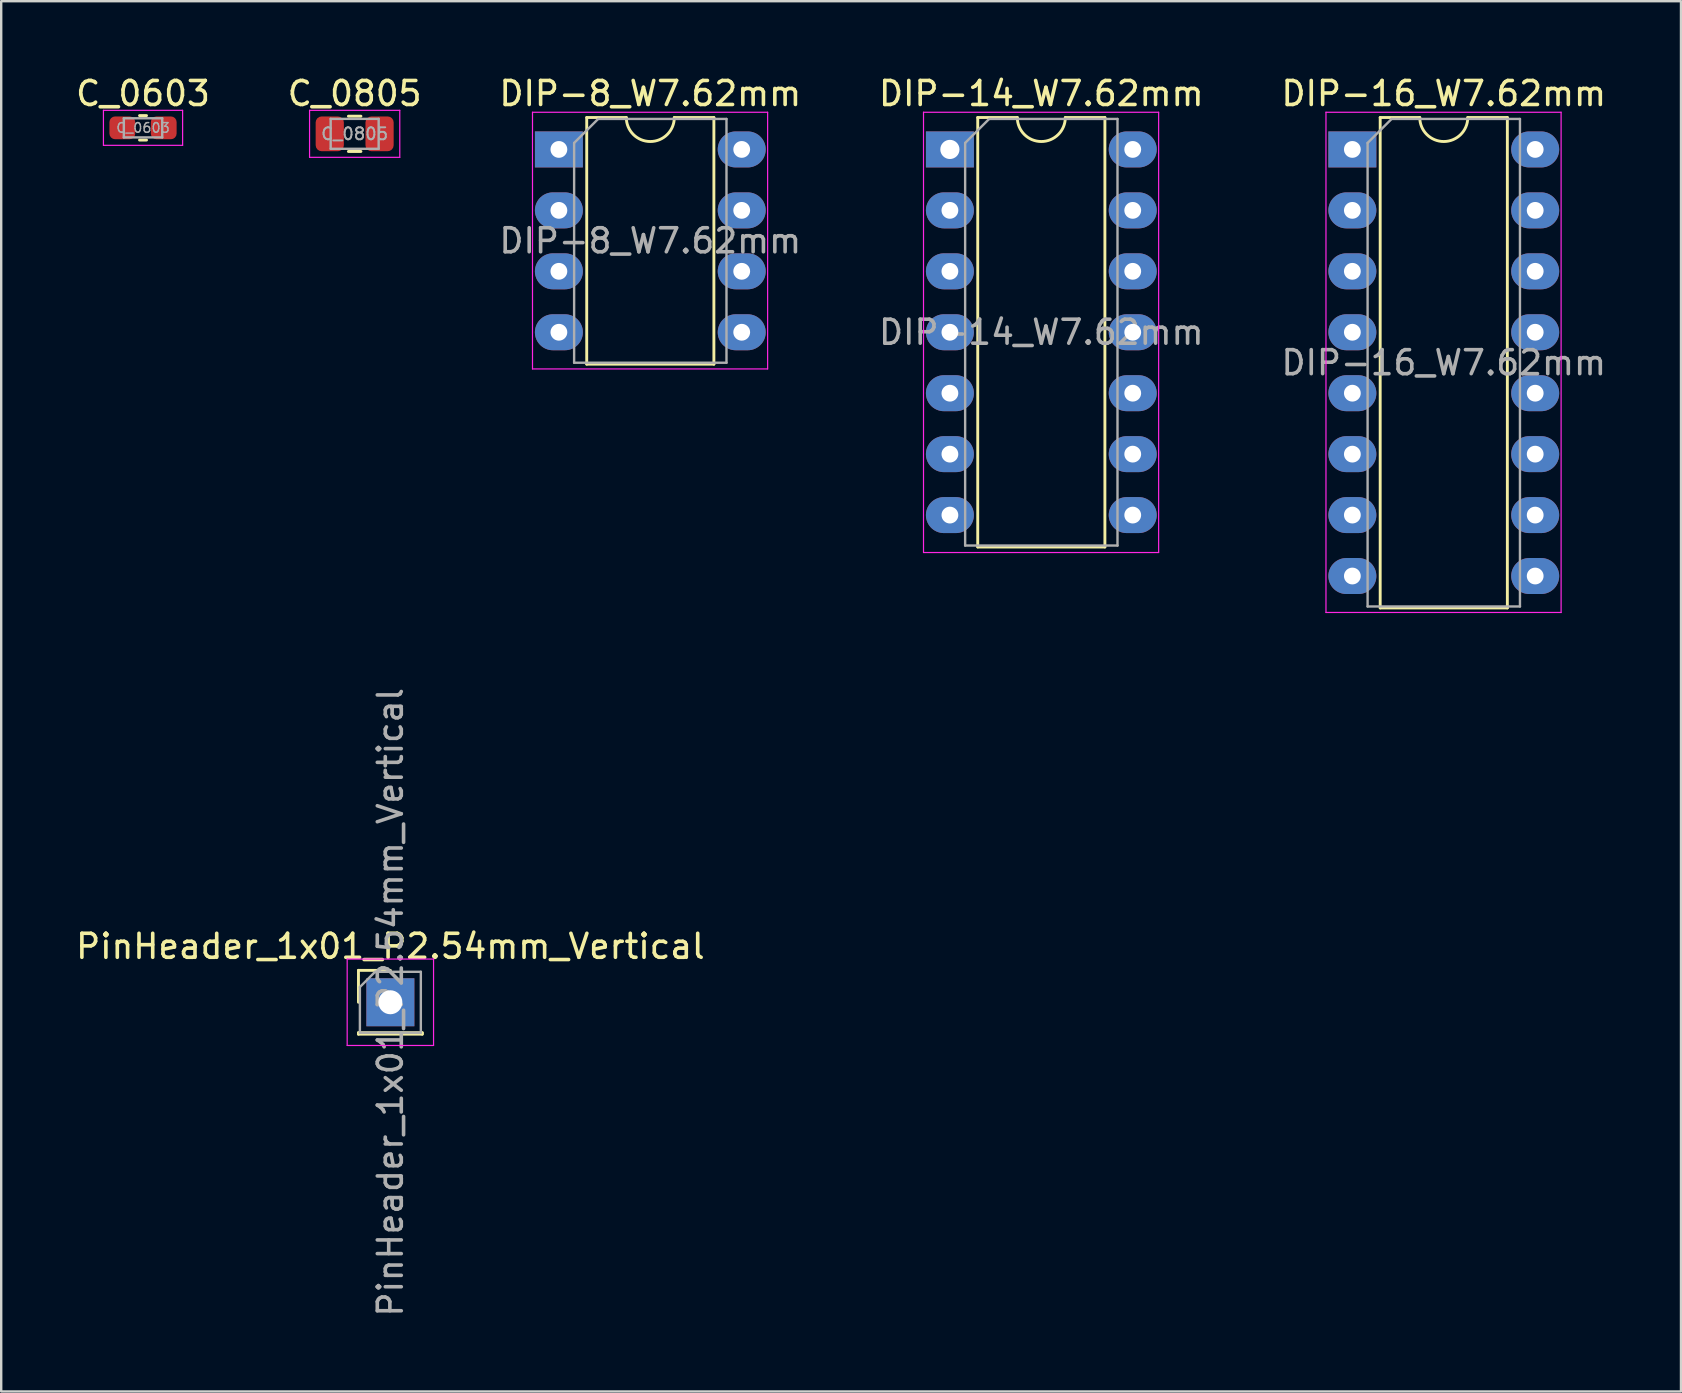
<source format=kicad_pcb>
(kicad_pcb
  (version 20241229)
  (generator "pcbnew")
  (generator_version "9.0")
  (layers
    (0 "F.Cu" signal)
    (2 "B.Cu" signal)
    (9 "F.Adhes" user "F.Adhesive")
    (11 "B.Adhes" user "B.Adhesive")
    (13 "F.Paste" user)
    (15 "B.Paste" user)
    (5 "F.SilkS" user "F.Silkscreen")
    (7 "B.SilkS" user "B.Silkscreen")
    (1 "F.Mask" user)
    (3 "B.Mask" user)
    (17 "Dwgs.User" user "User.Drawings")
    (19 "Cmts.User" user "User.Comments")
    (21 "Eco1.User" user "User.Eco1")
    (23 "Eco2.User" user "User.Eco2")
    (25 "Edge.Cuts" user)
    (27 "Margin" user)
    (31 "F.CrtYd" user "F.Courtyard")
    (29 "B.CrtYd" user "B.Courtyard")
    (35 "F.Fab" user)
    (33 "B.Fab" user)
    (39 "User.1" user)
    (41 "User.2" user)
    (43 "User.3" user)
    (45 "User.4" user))
  (footprint "PinHeader_1x01_P2.54mm_Vertical"
    (layer "F.Cu")
    (at 13.22 38.723)
    (property "Reference" "PinHeader_1x01_P2.54mm_Vertical" (at 0 -2.33 0) (layer "F.SilkS") (effects (font (size 1 1) (thickness 0.15))))
    (attr through_hole)
    (fp_line (start -1.33 -1.33) (end 0 -1.33) (stroke (width 0.12) (type solid)) (layer "F.SilkS"))
    (fp_line (start -1.33 0) (end -1.33 -1.33) (stroke (width 0.12) (type solid)) (layer "F.SilkS"))
    (fp_line (start -1.33 1.27) (end -1.33 1.33) (stroke (width 0.12) (type solid)) (layer "F.SilkS"))
    (fp_line (start -1.33 1.27) (end 1.33 1.27) (stroke (width 0.12) (type solid)) (layer "F.SilkS"))
    (fp_line (start -1.33 1.33) (end 1.33 1.33) (stroke (width 0.12) (type solid)) (layer "F.SilkS"))
    (fp_line (start 1.33 1.27) (end 1.33 1.33) (stroke (width 0.12) (type solid)) (layer "F.SilkS"))
    (fp_line (start -1.8 -1.8) (end -1.8 1.8) (stroke (width 0.05) (type solid)) (layer "F.CrtYd"))
    (fp_line (start -1.8 1.8) (end 1.8 1.8) (stroke (width 0.05) (type solid)) (layer "F.CrtYd"))
    (fp_line (start 1.8 -1.8) (end -1.8 -1.8) (stroke (width 0.05) (type solid)) (layer "F.CrtYd"))
    (fp_line (start 1.8 1.8) (end 1.8 -1.8) (stroke (width 0.05) (type solid)) (layer "F.CrtYd"))
    (fp_line (start -1.27 -0.635) (end -0.635 -1.27) (stroke (width 0.1) (type solid)) (layer "F.Fab"))
    (fp_line (start -1.27 1.27) (end -1.27 -0.635) (stroke (width 0.1) (type solid)) (layer "F.Fab"))
    (fp_line (start -0.635 -1.27) (end 1.27 -1.27) (stroke (width 0.1) (type solid)) (layer "F.Fab"))
    (fp_line (start 1.27 -1.27) (end 1.27 1.27) (stroke (width 0.1) (type solid)) (layer "F.Fab"))
    (fp_line (start 1.27 1.27) (end -1.27 1.27) (stroke (width 0.1) (type solid)) (layer "F.Fab"))
    (fp_text user "${REFERENCE}" (at 0 0 90) (layer "F.Fab") (effects (font (size 1 1) (thickness 0.15))))
    (pad "1" thru_hole rect (at 0 0) (size 2 2) (drill 1) (layers "*.Cu" "*.Mask")))
  (footprint "DIP-14_W7.62mm"
    (layer "F.Cu")
    (at 36.541 3.178)
    (property "Reference" "DIP-14_W7.62mm" (at 3.81 -2.33 0) (layer "F.SilkS") (effects (font (size 1 1) (thickness 0.15))))
    (attr through_hole)
    (fp_line (start 1.16 -1.33) (end 1.16 16.57) (stroke (width 0.12) (type solid)) (layer "F.SilkS"))
    (fp_line (start 1.16 16.57) (end 6.46 16.57) (stroke (width 0.12) (type solid)) (layer "F.SilkS"))
    (fp_line (start 2.81 -1.33) (end 1.16 -1.33) (stroke (width 0.12) (type solid)) (layer "F.SilkS"))
    (fp_line (start 6.46 -1.33) (end 4.81 -1.33) (stroke (width 0.12) (type solid)) (layer "F.SilkS"))
    (fp_line (start 6.46 16.57) (end 6.46 -1.33) (stroke (width 0.12) (type solid)) (layer "F.SilkS"))
    (fp_arc (start 4.81 -1.33) (mid 3.81 -0.33) (end 2.81 -1.33) (stroke (width 0.12) (type solid)) (layer "F.SilkS"))
    (fp_line (start -1.1 -1.55) (end -1.1 16.8) (stroke (width 0.05) (type solid)) (layer "F.CrtYd"))
    (fp_line (start -1.1 16.8) (end 8.7 16.8) (stroke (width 0.05) (type solid)) (layer "F.CrtYd"))
    (fp_line (start 8.7 -1.55) (end -1.1 -1.55) (stroke (width 0.05) (type solid)) (layer "F.CrtYd"))
    (fp_line (start 8.7 16.8) (end 8.7 -1.55) (stroke (width 0.05) (type solid)) (layer "F.CrtYd"))
    (fp_line (start 0.635 -0.27) (end 1.635 -1.27) (stroke (width 0.1) (type solid)) (layer "F.Fab"))
    (fp_line (start 0.635 16.51) (end 0.635 -0.27) (stroke (width 0.1) (type solid)) (layer "F.Fab"))
    (fp_line (start 1.635 -1.27) (end 6.985 -1.27) (stroke (width 0.1) (type solid)) (layer "F.Fab"))
    (fp_line (start 6.985 -1.27) (end 6.985 16.51) (stroke (width 0.1) (type solid)) (layer "F.Fab"))
    (fp_line (start 6.985 16.51) (end 0.635 16.51) (stroke (width 0.1) (type solid)) (layer "F.Fab"))
    (fp_text user "${REFERENCE}" (at 3.81 7.62 0) (layer "F.Fab") (effects (font (size 1 1) (thickness 0.15))))
    (pad "1" thru_hole rect (at 0 0) (size 2 1.5) (drill 0.8) (layers "*.Cu" "*.Mask"))
    (pad "2" thru_hole oval (at 0 2.54) (size 2 1.5) (drill 0.7) (layers "*.Cu" "*.Mask"))
    (pad "3" thru_hole oval (at 0 5.08) (size 2 1.5) (drill 0.7) (layers "*.Cu" "*.Mask"))
    (pad "4" thru_hole oval (at 0 7.62) (size 2 1.5) (drill 0.7) (layers "*.Cu" "*.Mask"))
    (pad "5" thru_hole oval (at 0 10.16) (size 2 1.5) (drill 0.7) (layers "*.Cu" "*.Mask"))
    (pad "6" thru_hole oval (at 0 12.7) (size 2 1.5) (drill 0.7) (layers "*.Cu" "*.Mask"))
    (pad "7" thru_hole oval (at 0 15.24) (size 2 1.5) (drill 0.7) (layers "*.Cu" "*.Mask"))
    (pad "8" thru_hole oval (at 7.62 15.24) (size 2 1.5) (drill 0.7) (layers "*.Cu" "*.Mask"))
    (pad "9" thru_hole oval (at 7.62 12.7) (size 2 1.5) (drill 0.7) (layers "*.Cu" "*.Mask"))
    (pad "10" thru_hole oval (at 7.62 10.16) (size 2 1.5) (drill 0.7) (layers "*.Cu" "*.Mask"))
    (pad "11" thru_hole oval (at 7.62 7.62) (size 2 1.5) (drill 0.7) (layers "*.Cu" "*.Mask"))
    (pad "12" thru_hole oval (at 7.62 5.08) (size 2 1.5) (drill 0.7) (layers "*.Cu" "*.Mask"))
    (pad "13" thru_hole oval (at 7.62 2.54) (size 2 1.5) (drill 0.7) (layers "*.Cu" "*.Mask"))
    (pad "14" thru_hole oval (at 7.62 0) (size 2 1.5) (drill 0.7) (layers "*.Cu" "*.Mask")))
  (footprint "C_0805"
    (layer "F.Cu")
    (at 11.732 2.528)
    (property "Reference" "C_0805" (at 0 -1.68 0) (layer "F.SilkS") (effects (font (size 1 1) (thickness 0.15))))
    (attr smd)
    (fp_line (start -0.261 -0.735) (end 0.261 -0.735) (stroke (width 0.12) (type solid)) (layer "F.SilkS"))
    (fp_line (start -0.261 0.735) (end 0.261 0.735) (stroke (width 0.12) (type solid)) (layer "F.SilkS"))
    (fp_line (start -1.88 -0.98) (end 1.88 -0.98) (stroke (width 0.05) (type solid)) (layer "F.CrtYd"))
    (fp_line (start -1.88 0.98) (end -1.88 -0.98) (stroke (width 0.05) (type solid)) (layer "F.CrtYd"))
    (fp_line (start 1.88 -0.98) (end 1.88 0.98) (stroke (width 0.05) (type solid)) (layer "F.CrtYd"))
    (fp_line (start 1.88 0.98) (end -1.88 0.98) (stroke (width 0.05) (type solid)) (layer "F.CrtYd"))
    (fp_line (start -1 -0.625) (end 1 -0.625) (stroke (width 0.1) (type solid)) (layer "F.Fab"))
    (fp_line (start -1 0.625) (end -1 -0.625) (stroke (width 0.1) (type solid)) (layer "F.Fab"))
    (fp_line (start 1 -0.625) (end 1 0.625) (stroke (width 0.1) (type solid)) (layer "F.Fab"))
    (fp_line (start 1 0.625) (end -1 0.625) (stroke (width 0.1) (type solid)) (layer "F.Fab"))
    (fp_text user "${REFERENCE}" (at 0 0 0) (layer "F.Fab") (effects (font (size 0.5 0.5) (thickness 0.08))))
    (pad "1" smd roundrect (at -1.038 0) (size 1.175 1.45) (layers "F.Cu" "F.Mask" "F.Paste") (roundrect_rratio 0.213))
    (pad "2" smd roundrect (at 1.038 0) (size 1.175 1.45) (layers "F.Cu" "F.Mask" "F.Paste") (roundrect_rratio 0.213)))
  (footprint "DIP-8_W7.62mm"
    (layer "F.Cu")
    (at 20.244 3.178)
    (property "Reference" "DIP-8_W7.62mm" (at 3.81 -2.33 0) (layer "F.SilkS") (effects (font (size 1 1) (thickness 0.15))))
    (attr through_hole)
    (fp_line (start 1.16 -1.33) (end 1.16 8.95) (stroke (width 0.12) (type solid)) (layer "F.SilkS"))
    (fp_line (start 1.16 8.95) (end 6.46 8.95) (stroke (width 0.12) (type solid)) (layer "F.SilkS"))
    (fp_line (start 2.81 -1.33) (end 1.16 -1.33) (stroke (width 0.12) (type solid)) (layer "F.SilkS"))
    (fp_line (start 6.46 -1.33) (end 4.81 -1.33) (stroke (width 0.12) (type solid)) (layer "F.SilkS"))
    (fp_line (start 6.46 8.95) (end 6.46 -1.33) (stroke (width 0.12) (type solid)) (layer "F.SilkS"))
    (fp_arc (start 4.81 -1.33) (mid 3.81 -0.33) (end 2.81 -1.33) (stroke (width 0.12) (type solid)) (layer "F.SilkS"))
    (fp_line (start -1.1 -1.55) (end -1.1 9.15) (stroke (width 0.05) (type solid)) (layer "F.CrtYd"))
    (fp_line (start -1.1 9.15) (end 8.7 9.15) (stroke (width 0.05) (type solid)) (layer "F.CrtYd"))
    (fp_line (start 8.7 -1.55) (end -1.1 -1.55) (stroke (width 0.05) (type solid)) (layer "F.CrtYd"))
    (fp_line (start 8.7 9.15) (end 8.7 -1.55) (stroke (width 0.05) (type solid)) (layer "F.CrtYd"))
    (fp_line (start 0.635 -0.27) (end 1.635 -1.27) (stroke (width 0.1) (type solid)) (layer "F.Fab"))
    (fp_line (start 0.635 8.89) (end 0.635 -0.27) (stroke (width 0.1) (type solid)) (layer "F.Fab"))
    (fp_line (start 1.635 -1.27) (end 6.985 -1.27) (stroke (width 0.1) (type solid)) (layer "F.Fab"))
    (fp_line (start 6.985 -1.27) (end 6.985 8.89) (stroke (width 0.1) (type solid)) (layer "F.Fab"))
    (fp_line (start 6.985 8.89) (end 0.635 8.89) (stroke (width 0.1) (type solid)) (layer "F.Fab"))
    (fp_text user "${REFERENCE}" (at 3.81 3.81 0) (layer "F.Fab") (effects (font (size 1 1) (thickness 0.15))))
    (pad "1" thru_hole rect (at 0 0) (size 2 1.5) (drill 0.7) (layers "*.Cu" "*.Mask"))
    (pad "2" thru_hole oval (at 0 2.54) (size 2 1.5) (drill 0.7) (layers "*.Cu" "*.Mask"))
    (pad "3" thru_hole oval (at 0 5.08) (size 2 1.5) (drill 0.7) (layers "*.Cu" "*.Mask"))
    (pad "4" thru_hole oval (at 0 7.62) (size 2 1.5) (drill 0.7) (layers "*.Cu" "*.Mask"))
    (pad "5" thru_hole oval (at 7.62 7.62) (size 2 1.5) (drill 0.7) (layers "*.Cu" "*.Mask"))
    (pad "6" thru_hole oval (at 7.62 5.08) (size 2 1.5) (drill 0.7) (layers "*.Cu" "*.Mask"))
    (pad "7" thru_hole oval (at 7.62 2.54) (size 2 1.5) (drill 0.7) (layers "*.Cu" "*.Mask"))
    (pad "8" thru_hole oval (at 7.62 0) (size 2 1.5) (drill 0.7) (layers "*.Cu" "*.Mask")))
  (footprint "C_0603"
    (layer "F.Cu")
    (at 2.911 2.278)
    (property "Reference" "C_0603" (at 0 -1.43 0) (layer "F.SilkS") (effects (font (size 1 1) (thickness 0.15))))
    (attr smd)
    (fp_line (start -0.146 -0.51) (end 0.146 -0.51) (stroke (width 0.12) (type solid)) (layer "F.SilkS"))
    (fp_line (start -0.146 0.51) (end 0.146 0.51) (stroke (width 0.12) (type solid)) (layer "F.SilkS"))
    (fp_line (start -1.65 -0.73) (end 1.65 -0.73) (stroke (width 0.05) (type solid)) (layer "F.CrtYd"))
    (fp_line (start -1.65 0.73) (end -1.65 -0.73) (stroke (width 0.05) (type solid)) (layer "F.CrtYd"))
    (fp_line (start 1.65 -0.73) (end 1.65 0.73) (stroke (width 0.05) (type solid)) (layer "F.CrtYd"))
    (fp_line (start 1.65 0.73) (end -1.65 0.73) (stroke (width 0.05) (type solid)) (layer "F.CrtYd"))
    (fp_line (start -0.8 -0.4) (end 0.8 -0.4) (stroke (width 0.1) (type solid)) (layer "F.Fab"))
    (fp_line (start -0.8 0.4) (end -0.8 -0.4) (stroke (width 0.1) (type solid)) (layer "F.Fab"))
    (fp_line (start 0.8 -0.4) (end 0.8 0.4) (stroke (width 0.1) (type solid)) (layer "F.Fab"))
    (fp_line (start 0.8 0.4) (end -0.8 0.4) (stroke (width 0.1) (type solid)) (layer "F.Fab"))
    (fp_text user "${REFERENCE}" (at 0 0 0) (layer "F.Fab") (effects (font (size 0.4 0.4) (thickness 0.06))))
    (pad "1" smd roundrect (at -0.863 0) (size 1.075 0.95) (layers "F.Cu" "F.Mask" "F.Paste") (roundrect_rratio 0.25))
    (pad "2" smd roundrect (at 0.863 0) (size 1.075 0.95) (layers "F.Cu" "F.Mask" "F.Paste") (roundrect_rratio 0.25)))
  (footprint "DIP-16_W7.62mm"
    (layer "F.Cu")
    (at 53.315 3.178)
    (property "Reference" "DIP-16_W7.62mm" (at 3.81 -2.33 0) (layer "F.SilkS") (effects (font (size 1 1) (thickness 0.15))))
    (attr through_hole)
    (fp_line (start 1.16 -1.33) (end 1.16 19.11) (stroke (width 0.12) (type solid)) (layer "F.SilkS"))
    (fp_line (start 1.16 19.11) (end 6.46 19.11) (stroke (width 0.12) (type solid)) (layer "F.SilkS"))
    (fp_line (start 2.81 -1.33) (end 1.16 -1.33) (stroke (width 0.12) (type solid)) (layer "F.SilkS"))
    (fp_line (start 6.46 -1.33) (end 4.81 -1.33) (stroke (width 0.12) (type solid)) (layer "F.SilkS"))
    (fp_line (start 6.46 19.11) (end 6.46 -1.33) (stroke (width 0.12) (type solid)) (layer "F.SilkS"))
    (fp_arc (start 4.81 -1.33) (mid 3.81 -0.33) (end 2.81 -1.33) (stroke (width 0.12) (type solid)) (layer "F.SilkS"))
    (fp_line (start -1.1 -1.55) (end -1.1 19.3) (stroke (width 0.05) (type solid)) (layer "F.CrtYd"))
    (fp_line (start -1.1 19.3) (end 8.7 19.3) (stroke (width 0.05) (type solid)) (layer "F.CrtYd"))
    (fp_line (start 8.7 -1.55) (end -1.1 -1.55) (stroke (width 0.05) (type solid)) (layer "F.CrtYd"))
    (fp_line (start 8.7 19.3) (end 8.7 -1.55) (stroke (width 0.05) (type solid)) (layer "F.CrtYd"))
    (fp_line (start 0.635 -0.27) (end 1.635 -1.27) (stroke (width 0.1) (type solid)) (layer "F.Fab"))
    (fp_line (start 0.635 19.05) (end 0.635 -0.27) (stroke (width 0.1) (type solid)) (layer "F.Fab"))
    (fp_line (start 1.635 -1.27) (end 6.985 -1.27) (stroke (width 0.1) (type solid)) (layer "F.Fab"))
    (fp_line (start 6.985 -1.27) (end 6.985 19.05) (stroke (width 0.1) (type solid)) (layer "F.Fab"))
    (fp_line (start 6.985 19.05) (end 0.635 19.05) (stroke (width 0.1) (type solid)) (layer "F.Fab"))
    (fp_text user "${REFERENCE}" (at 3.81 8.89 0) (layer "F.Fab") (effects (font (size 1 1) (thickness 0.15))))
    (pad "1" thru_hole rect (at 0 0) (size 2 1.5) (drill 0.7) (layers "*.Cu" "*.Mask"))
    (pad "2" thru_hole oval (at 0 2.54) (size 2 1.5) (drill 0.7) (layers "*.Cu" "*.Mask"))
    (pad "3" thru_hole oval (at 0 5.08) (size 2 1.5) (drill 0.7) (layers "*.Cu" "*.Mask"))
    (pad "4" thru_hole oval (at 0 7.62) (size 2 1.5) (drill 0.7) (layers "*.Cu" "*.Mask"))
    (pad "5" thru_hole oval (at 0 10.16) (size 2 1.5) (drill 0.7) (layers "*.Cu" "*.Mask"))
    (pad "6" thru_hole oval (at 0 12.7) (size 2 1.5) (drill 0.7) (layers "*.Cu" "*.Mask"))
    (pad "7" thru_hole oval (at 0 15.24) (size 2 1.5) (drill 0.7) (layers "*.Cu" "*.Mask"))
    (pad "8" thru_hole oval (at 0 17.78) (size 2 1.5) (drill 0.7) (layers "*.Cu" "*.Mask"))
    (pad "9" thru_hole oval (at 7.62 17.78) (size 2 1.5) (drill 0.7) (layers "*.Cu" "*.Mask"))
    (pad "10" thru_hole oval (at 7.62 15.24) (size 2 1.5) (drill 0.7) (layers "*.Cu" "*.Mask"))
    (pad "11" thru_hole oval (at 7.62 12.7) (size 2 1.5) (drill 0.7) (layers "*.Cu" "*.Mask"))
    (pad "12" thru_hole oval (at 7.62 10.16) (size 2 1.5) (drill 0.7) (layers "*.Cu" "*.Mask"))
    (pad "13" thru_hole oval (at 7.62 7.62) (size 2 1.5) (drill 0.7) (layers "*.Cu" "*.Mask"))
    (pad "14" thru_hole oval (at 7.62 5.08) (size 2 1.5) (drill 0.7) (layers "*.Cu" "*.Mask"))
    (pad "15" thru_hole oval (at 7.62 2.54) (size 2 1.5) (drill 0.7) (layers "*.Cu" "*.Mask"))
    (pad "16" thru_hole oval (at 7.62 0) (size 2 1.5) (drill 0.7) (layers "*.Cu" "*.Mask")))
  (gr_rect
    (start -3 -3)
    (end 67.012 54.944)
    (stroke (width 0.1) (type default))
    (fill no)
    (layer "Edge.Cuts")))
</source>
